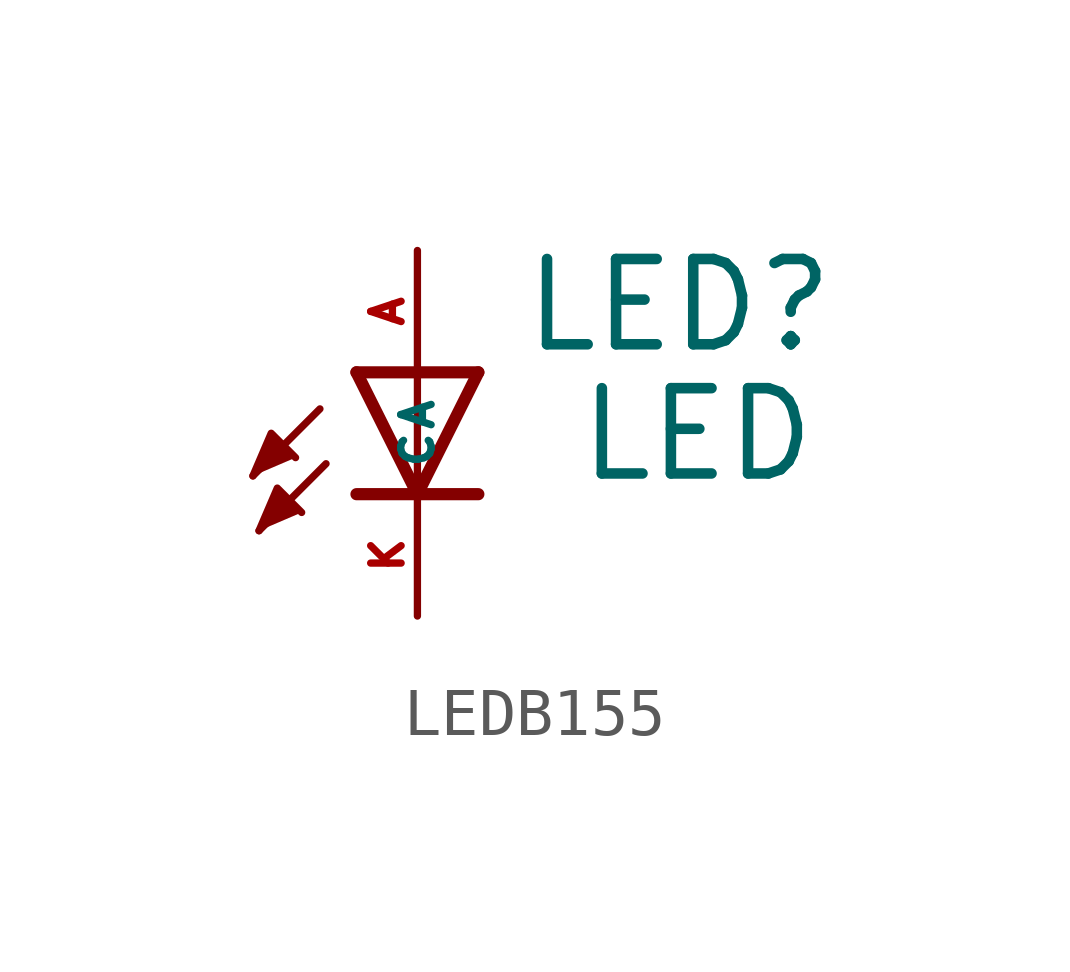
<source format=kicad_sym>
(kicad_symbol_lib
  (version 20220914)
  (generator kicad_symbol_editor)
  (symbol "LEDB155"
    (property "Reference" "LED"
      (at 2.134 0.356 0)
      (effects (font (size 1.778 1.778) (thickness 0.22)) (justify left bottom)))
    (property "Value" "LED"
      (at 3.277 -2.337 0)
      (effects (font (size 1.778 1.778) (thickness 0.22)) (justify left bottom)))
    (symbol "LEDB155_1_1"
      (polyline (pts (xy -2.032 -0.762) (xy -3.429 -2.159)) (stroke (width 0.152) (type default)) (fill (type none)))
      (polyline (pts (xy -1.905 -1.905) (xy -3.302 -3.302)) (stroke (width 0.152) (type default)) (fill (type none)))
      (polyline (pts (xy 0 -2.54) (xy -1.27 -2.54)) (stroke (width 0.254) (type default)) (fill (type none)))
      (polyline (pts (xy 0 -2.54) (xy -1.27 0)) (stroke (width 0.254) (type default)) (fill (type none)))
      (polyline (pts (xy 0 0) (xy -1.27 0)) (stroke (width 0.254) (type default)) (fill (type none)))
      (polyline (pts (xy 0 0) (xy 0 -2.54)) (stroke (width 0.152) (type default)) (fill (type none)))
      (polyline (pts (xy 1.27 -2.54) (xy 0 -2.54)) (stroke (width 0.254) (type default)) (fill (type none)))
      (polyline (pts (xy 1.27 0) (xy 0 -2.54)) (stroke (width 0.254) (type default)) (fill (type none)))
      (polyline (pts (xy 1.27 0) (xy 0 0)) (stroke (width 0.254) (type default)) (fill (type none)))
      (polyline (pts (xy -3.429 -2.159) (xy -3.048 -1.27) (xy -2.54 -1.778)) (stroke (width 0.152) (type default)) (fill (type outline)))
      (polyline (pts (xy -3.302 -3.302) (xy -2.921 -2.413) (xy -2.413 -2.921)) (stroke (width 0.152) (type default)) (fill (type outline)))
      (pin passive line (at 0 2.54 270) (length 2.54) (name "A" (effects (font (size 0.635 0.635)))) (number "A" (effects (font (size 0.635 0.635)))))
      (pin passive line (at 0 -5.08 90) (length 2.54) (name "C" (effects (font (size 0.635 0.635)))) (number "K" (effects (font (size 0.635 0.635))))))))
</source>
